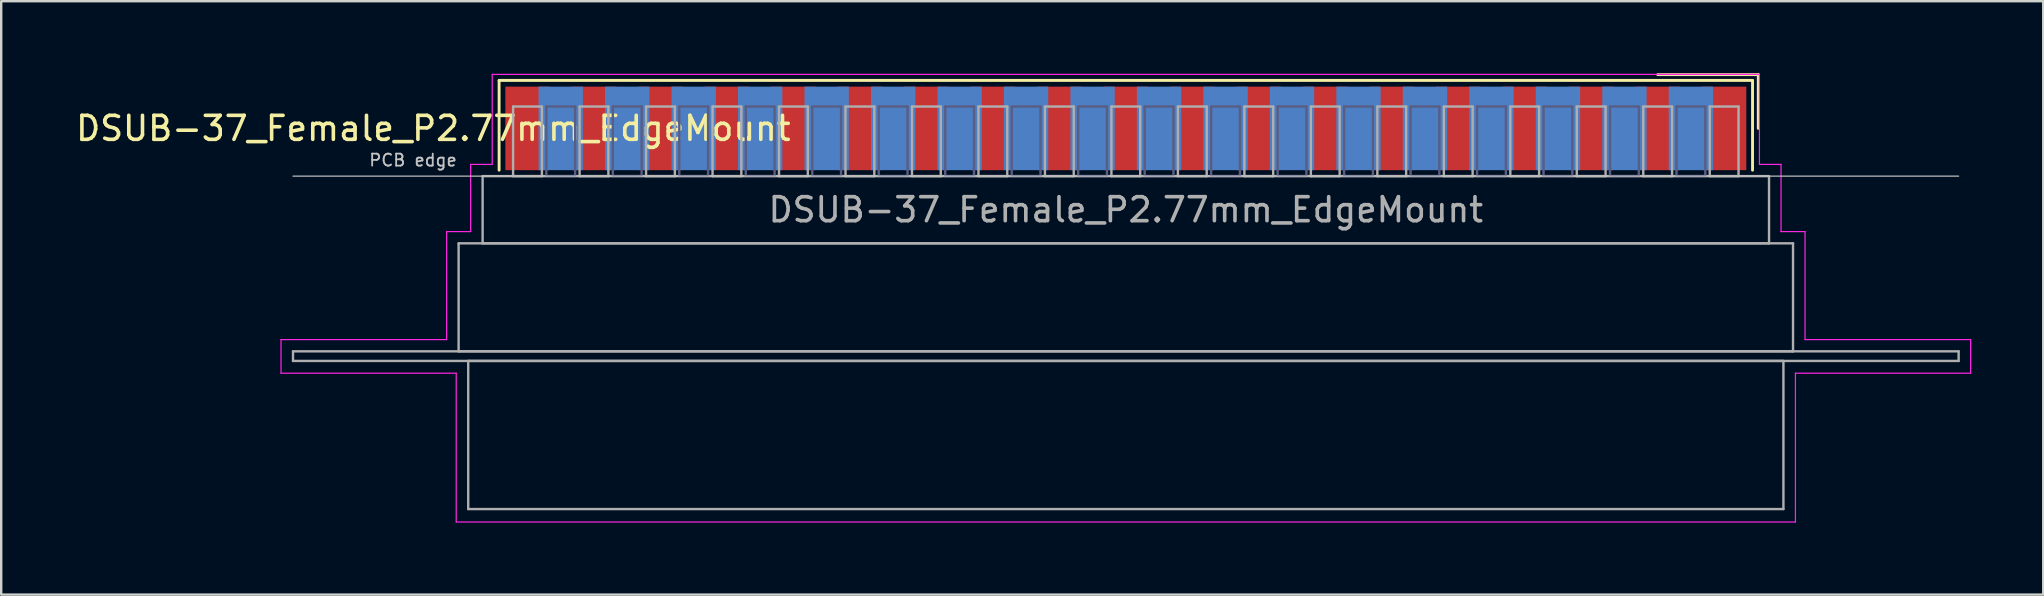
<source format=kicad_pcb>
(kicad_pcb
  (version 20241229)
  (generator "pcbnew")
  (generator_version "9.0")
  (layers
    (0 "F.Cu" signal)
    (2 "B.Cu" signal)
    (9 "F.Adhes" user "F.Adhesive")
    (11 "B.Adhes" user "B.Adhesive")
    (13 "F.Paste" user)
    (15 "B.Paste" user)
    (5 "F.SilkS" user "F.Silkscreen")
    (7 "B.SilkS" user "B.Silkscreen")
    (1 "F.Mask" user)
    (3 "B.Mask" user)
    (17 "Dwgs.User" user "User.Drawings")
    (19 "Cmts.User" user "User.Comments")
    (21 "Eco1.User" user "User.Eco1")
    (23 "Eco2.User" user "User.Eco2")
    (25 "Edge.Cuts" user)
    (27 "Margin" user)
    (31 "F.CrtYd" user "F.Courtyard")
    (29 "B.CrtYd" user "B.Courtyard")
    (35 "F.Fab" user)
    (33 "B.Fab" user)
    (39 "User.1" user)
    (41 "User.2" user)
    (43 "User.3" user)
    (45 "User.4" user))
  (footprint "DSUB-37_Female_P2.77mm_EdgeMount"
    (layer "F.Cu")
    (at 43.859 2.3)
    (property "Reference" "DSUB-37_Female_P2.77mm_EdgeMount" (at -28.853 0 0) (layer "F.SilkS") (effects (font (size 1 1) (thickness 0.15))))
    (attr smd)
    (fp_line (start -26.113 -2) (end -26.113 1.74) (stroke (width 0.12) (type solid)) (layer "F.SilkS"))
    (fp_line (start 26.113 -2) (end -26.113 -2) (stroke (width 0.12) (type solid)) (layer "F.SilkS"))
    (fp_line (start 26.113 1.74) (end 26.113 -2) (stroke (width 0.12) (type solid)) (layer "F.SilkS"))
    (fp_line (start 26.353 -2.24) (end 22.16 -2.24) (stroke (width 0.12) (type solid)) (layer "F.SilkS"))
    (fp_line (start 26.353 0) (end 26.353 -2.24) (stroke (width 0.12) (type solid)) (layer "F.SilkS"))
    (fp_line (start -34.7 1.99) (end 34.7 1.99) (stroke (width 0.05) (type solid)) (layer "Dwgs.User"))
    (fp_line (start -35.2 8.8) (end -28.3 8.8) (stroke (width 0.05) (type solid)) (layer "F.CrtYd"))
    (fp_line (start -35.2 10.2) (end -35.2 8.8) (stroke (width 0.05) (type solid)) (layer "F.CrtYd"))
    (fp_line (start -28.3 4.3) (end -27.3 4.3) (stroke (width 0.05) (type solid)) (layer "F.CrtYd"))
    (fp_line (start -28.3 8.8) (end -28.3 4.3) (stroke (width 0.05) (type solid)) (layer "F.CrtYd"))
    (fp_line (start -27.9 10.2) (end -35.2 10.2) (stroke (width 0.05) (type solid)) (layer "F.CrtYd"))
    (fp_line (start -27.9 16.4) (end -27.9 10.2) (stroke (width 0.05) (type solid)) (layer "F.CrtYd"))
    (fp_line (start -27.3 1.5) (end -26.4 1.5) (stroke (width 0.05) (type solid)) (layer "F.CrtYd"))
    (fp_line (start -27.3 4.3) (end -27.3 1.5) (stroke (width 0.05) (type solid)) (layer "F.CrtYd"))
    (fp_line (start -26.4 -2.25) (end 26.4 -2.25) (stroke (width 0.05) (type solid)) (layer "F.CrtYd"))
    (fp_line (start -26.4 1.5) (end -26.4 -2.25) (stroke (width 0.05) (type solid)) (layer "F.CrtYd"))
    (fp_line (start 26.4 -2.25) (end 26.4 1.5) (stroke (width 0.05) (type solid)) (layer "F.CrtYd"))
    (fp_line (start 26.4 1.5) (end 27.3 1.5) (stroke (width 0.05) (type solid)) (layer "F.CrtYd"))
    (fp_line (start 27.3 1.5) (end 27.3 4.3) (stroke (width 0.05) (type solid)) (layer "F.CrtYd"))
    (fp_line (start 27.3 4.3) (end 28.3 4.3) (stroke (width 0.05) (type solid)) (layer "F.CrtYd"))
    (fp_line (start 27.9 10.2) (end 27.9 16.4) (stroke (width 0.05) (type solid)) (layer "F.CrtYd"))
    (fp_line (start 27.9 16.4) (end -27.9 16.4) (stroke (width 0.05) (type solid)) (layer "F.CrtYd"))
    (fp_line (start 28.3 4.3) (end 28.3 8.8) (stroke (width 0.05) (type solid)) (layer "F.CrtYd"))
    (fp_line (start 28.3 8.8) (end 35.2 8.8) (stroke (width 0.05) (type solid)) (layer "F.CrtYd"))
    (fp_line (start 35.2 8.8) (end 35.2 10.2) (stroke (width 0.05) (type solid)) (layer "F.CrtYd"))
    (fp_line (start 35.2 10.2) (end 27.9 10.2) (stroke (width 0.05) (type solid)) (layer "F.CrtYd"))
    (fp_line (start -24.145 -0.91) (end -24.145 1.99) (stroke (width 0.1) (type solid)) (layer "B.Fab"))
    (fp_line (start -24.145 1.99) (end -22.945 1.99) (stroke (width 0.1) (type solid)) (layer "B.Fab"))
    (fp_line (start -22.945 -0.91) (end -24.145 -0.91) (stroke (width 0.1) (type solid)) (layer "B.Fab"))
    (fp_line (start -22.945 1.99) (end -22.945 -0.91) (stroke (width 0.1) (type solid)) (layer "B.Fab"))
    (fp_line (start -21.375 -0.91) (end -21.375 1.99) (stroke (width 0.1) (type solid)) (layer "B.Fab"))
    (fp_line (start -21.375 1.99) (end -20.175 1.99) (stroke (width 0.1) (type solid)) (layer "B.Fab"))
    (fp_line (start -20.175 -0.91) (end -21.375 -0.91) (stroke (width 0.1) (type solid)) (layer "B.Fab"))
    (fp_line (start -20.175 1.99) (end -20.175 -0.91) (stroke (width 0.1) (type solid)) (layer "B.Fab"))
    (fp_line (start -18.605 -0.91) (end -18.605 1.99) (stroke (width 0.1) (type solid)) (layer "B.Fab"))
    (fp_line (start -18.605 1.99) (end -17.405 1.99) (stroke (width 0.1) (type solid)) (layer "B.Fab"))
    (fp_line (start -17.405 -0.91) (end -18.605 -0.91) (stroke (width 0.1) (type solid)) (layer "B.Fab"))
    (fp_line (start -17.405 1.99) (end -17.405 -0.91) (stroke (width 0.1) (type solid)) (layer "B.Fab"))
    (fp_line (start -15.835 -0.91) (end -15.835 1.99) (stroke (width 0.1) (type solid)) (layer "B.Fab"))
    (fp_line (start -15.835 1.99) (end -14.635 1.99) (stroke (width 0.1) (type solid)) (layer "B.Fab"))
    (fp_line (start -14.635 -0.91) (end -15.835 -0.91) (stroke (width 0.1) (type solid)) (layer "B.Fab"))
    (fp_line (start -14.635 1.99) (end -14.635 -0.91) (stroke (width 0.1) (type solid)) (layer "B.Fab"))
    (fp_line (start -13.065 -0.91) (end -13.065 1.99) (stroke (width 0.1) (type solid)) (layer "B.Fab"))
    (fp_line (start -13.065 1.99) (end -11.865 1.99) (stroke (width 0.1) (type solid)) (layer "B.Fab"))
    (fp_line (start -11.865 -0.91) (end -13.065 -0.91) (stroke (width 0.1) (type solid)) (layer "B.Fab"))
    (fp_line (start -11.865 1.99) (end -11.865 -0.91) (stroke (width 0.1) (type solid)) (layer "B.Fab"))
    (fp_line (start -10.295 -0.91) (end -10.295 1.99) (stroke (width 0.1) (type solid)) (layer "B.Fab"))
    (fp_line (start -10.295 1.99) (end -9.095 1.99) (stroke (width 0.1) (type solid)) (layer "B.Fab"))
    (fp_line (start -9.095 -0.91) (end -10.295 -0.91) (stroke (width 0.1) (type solid)) (layer "B.Fab"))
    (fp_line (start -9.095 1.99) (end -9.095 -0.91) (stroke (width 0.1) (type solid)) (layer "B.Fab"))
    (fp_line (start -7.525 -0.91) (end -7.525 1.99) (stroke (width 0.1) (type solid)) (layer "B.Fab"))
    (fp_line (start -7.525 1.99) (end -6.325 1.99) (stroke (width 0.1) (type solid)) (layer "B.Fab"))
    (fp_line (start -6.325 -0.91) (end -7.525 -0.91) (stroke (width 0.1) (type solid)) (layer "B.Fab"))
    (fp_line (start -6.325 1.99) (end -6.325 -0.91) (stroke (width 0.1) (type solid)) (layer "B.Fab"))
    (fp_line (start -4.755 -0.91) (end -4.755 1.99) (stroke (width 0.1) (type solid)) (layer "B.Fab"))
    (fp_line (start -4.755 1.99) (end -3.555 1.99) (stroke (width 0.1) (type solid)) (layer "B.Fab"))
    (fp_line (start -3.555 -0.91) (end -4.755 -0.91) (stroke (width 0.1) (type solid)) (layer "B.Fab"))
    (fp_line (start -3.555 1.99) (end -3.555 -0.91) (stroke (width 0.1) (type solid)) (layer "B.Fab"))
    (fp_line (start -1.985 -0.91) (end -1.985 1.99) (stroke (width 0.1) (type solid)) (layer "B.Fab"))
    (fp_line (start -1.985 1.99) (end -0.785 1.99) (stroke (width 0.1) (type solid)) (layer "B.Fab"))
    (fp_line (start -0.785 -0.91) (end -1.985 -0.91) (stroke (width 0.1) (type solid)) (layer "B.Fab"))
    (fp_line (start -0.785 1.99) (end -0.785 -0.91) (stroke (width 0.1) (type solid)) (layer "B.Fab"))
    (fp_line (start 0.785 -0.91) (end 0.785 1.99) (stroke (width 0.1) (type solid)) (layer "B.Fab"))
    (fp_line (start 0.785 1.99) (end 1.985 1.99) (stroke (width 0.1) (type solid)) (layer "B.Fab"))
    (fp_line (start 1.985 -0.91) (end 0.785 -0.91) (stroke (width 0.1) (type solid)) (layer "B.Fab"))
    (fp_line (start 1.985 1.99) (end 1.985 -0.91) (stroke (width 0.1) (type solid)) (layer "B.Fab"))
    (fp_line (start 3.555 -0.91) (end 3.555 1.99) (stroke (width 0.1) (type solid)) (layer "B.Fab"))
    (fp_line (start 3.555 1.99) (end 4.755 1.99) (stroke (width 0.1) (type solid)) (layer "B.Fab"))
    (fp_line (start 4.755 -0.91) (end 3.555 -0.91) (stroke (width 0.1) (type solid)) (layer "B.Fab"))
    (fp_line (start 4.755 1.99) (end 4.755 -0.91) (stroke (width 0.1) (type solid)) (layer "B.Fab"))
    (fp_line (start 6.325 -0.91) (end 6.325 1.99) (stroke (width 0.1) (type solid)) (layer "B.Fab"))
    (fp_line (start 6.325 1.99) (end 7.525 1.99) (stroke (width 0.1) (type solid)) (layer "B.Fab"))
    (fp_line (start 7.525 -0.91) (end 6.325 -0.91) (stroke (width 0.1) (type solid)) (layer "B.Fab"))
    (fp_line (start 7.525 1.99) (end 7.525 -0.91) (stroke (width 0.1) (type solid)) (layer "B.Fab"))
    (fp_line (start 9.095 -0.91) (end 9.095 1.99) (stroke (width 0.1) (type solid)) (layer "B.Fab"))
    (fp_line (start 9.095 1.99) (end 10.295 1.99) (stroke (width 0.1) (type solid)) (layer "B.Fab"))
    (fp_line (start 10.295 -0.91) (end 9.095 -0.91) (stroke (width 0.1) (type solid)) (layer "B.Fab"))
    (fp_line (start 10.295 1.99) (end 10.295 -0.91) (stroke (width 0.1) (type solid)) (layer "B.Fab"))
    (fp_line (start 11.865 -0.91) (end 11.865 1.99) (stroke (width 0.1) (type solid)) (layer "B.Fab"))
    (fp_line (start 11.865 1.99) (end 13.065 1.99) (stroke (width 0.1) (type solid)) (layer "B.Fab"))
    (fp_line (start 13.065 -0.91) (end 11.865 -0.91) (stroke (width 0.1) (type solid)) (layer "B.Fab"))
    (fp_line (start 13.065 1.99) (end 13.065 -0.91) (stroke (width 0.1) (type solid)) (layer "B.Fab"))
    (fp_line (start 14.635 -0.91) (end 14.635 1.99) (stroke (width 0.1) (type solid)) (layer "B.Fab"))
    (fp_line (start 14.635 1.99) (end 15.835 1.99) (stroke (width 0.1) (type solid)) (layer "B.Fab"))
    (fp_line (start 15.835 -0.91) (end 14.635 -0.91) (stroke (width 0.1) (type solid)) (layer "B.Fab"))
    (fp_line (start 15.835 1.99) (end 15.835 -0.91) (stroke (width 0.1) (type solid)) (layer "B.Fab"))
    (fp_line (start 17.405 -0.91) (end 17.405 1.99) (stroke (width 0.1) (type solid)) (layer "B.Fab"))
    (fp_line (start 17.405 1.99) (end 18.605 1.99) (stroke (width 0.1) (type solid)) (layer "B.Fab"))
    (fp_line (start 18.605 -0.91) (end 17.405 -0.91) (stroke (width 0.1) (type solid)) (layer "B.Fab"))
    (fp_line (start 18.605 1.99) (end 18.605 -0.91) (stroke (width 0.1) (type solid)) (layer "B.Fab"))
    (fp_line (start 20.175 -0.91) (end 20.175 1.99) (stroke (width 0.1) (type solid)) (layer "B.Fab"))
    (fp_line (start 20.175 1.99) (end 21.375 1.99) (stroke (width 0.1) (type solid)) (layer "B.Fab"))
    (fp_line (start 21.375 -0.91) (end 20.175 -0.91) (stroke (width 0.1) (type solid)) (layer "B.Fab"))
    (fp_line (start 21.375 1.99) (end 21.375 -0.91) (stroke (width 0.1) (type solid)) (layer "B.Fab"))
    (fp_line (start 22.945 -0.91) (end 22.945 1.99) (stroke (width 0.1) (type solid)) (layer "B.Fab"))
    (fp_line (start 22.945 1.99) (end 24.145 1.99) (stroke (width 0.1) (type solid)) (layer "B.Fab"))
    (fp_line (start 24.145 -0.91) (end 22.945 -0.91) (stroke (width 0.1) (type solid)) (layer "B.Fab"))
    (fp_line (start 24.145 1.99) (end 24.145 -0.91) (stroke (width 0.1) (type solid)) (layer "B.Fab"))
    (fp_line (start -34.7 9.29) (end -34.7 9.69) (stroke (width 0.1) (type solid)) (layer "F.Fab"))
    (fp_line (start -34.7 9.69) (end 34.7 9.69) (stroke (width 0.1) (type solid)) (layer "F.Fab"))
    (fp_line (start -27.8 4.79) (end -27.8 9.29) (stroke (width 0.1) (type solid)) (layer "F.Fab"))
    (fp_line (start -27.8 9.29) (end 27.8 9.29) (stroke (width 0.1) (type solid)) (layer "F.Fab"))
    (fp_line (start -27.4 9.69) (end -27.4 15.86) (stroke (width 0.1) (type solid)) (layer "F.Fab"))
    (fp_line (start -27.4 15.86) (end 27.4 15.86) (stroke (width 0.1) (type solid)) (layer "F.Fab"))
    (fp_line (start -26.8 1.99) (end -26.8 4.79) (stroke (width 0.1) (type solid)) (layer "F.Fab"))
    (fp_line (start -26.8 4.79) (end 26.8 4.79) (stroke (width 0.1) (type solid)) (layer "F.Fab"))
    (fp_line (start -25.53 -0.91) (end -25.53 1.99) (stroke (width 0.1) (type solid)) (layer "F.Fab"))
    (fp_line (start -25.53 1.99) (end -24.33 1.99) (stroke (width 0.1) (type solid)) (layer "F.Fab"))
    (fp_line (start -24.33 -0.91) (end -25.53 -0.91) (stroke (width 0.1) (type solid)) (layer "F.Fab"))
    (fp_line (start -24.33 1.99) (end -24.33 -0.91) (stroke (width 0.1) (type solid)) (layer "F.Fab"))
    (fp_line (start -22.76 -0.91) (end -22.76 1.99) (stroke (width 0.1) (type solid)) (layer "F.Fab"))
    (fp_line (start -22.76 1.99) (end -21.56 1.99) (stroke (width 0.1) (type solid)) (layer "F.Fab"))
    (fp_line (start -21.56 -0.91) (end -22.76 -0.91) (stroke (width 0.1) (type solid)) (layer "F.Fab"))
    (fp_line (start -21.56 1.99) (end -21.56 -0.91) (stroke (width 0.1) (type solid)) (layer "F.Fab"))
    (fp_line (start -19.99 -0.91) (end -19.99 1.99) (stroke (width 0.1) (type solid)) (layer "F.Fab"))
    (fp_line (start -19.99 1.99) (end -18.79 1.99) (stroke (width 0.1) (type solid)) (layer "F.Fab"))
    (fp_line (start -18.79 -0.91) (end -19.99 -0.91) (stroke (width 0.1) (type solid)) (layer "F.Fab"))
    (fp_line (start -18.79 1.99) (end -18.79 -0.91) (stroke (width 0.1) (type solid)) (layer "F.Fab"))
    (fp_line (start -17.22 -0.91) (end -17.22 1.99) (stroke (width 0.1) (type solid)) (layer "F.Fab"))
    (fp_line (start -17.22 1.99) (end -16.02 1.99) (stroke (width 0.1) (type solid)) (layer "F.Fab"))
    (fp_line (start -16.02 -0.91) (end -17.22 -0.91) (stroke (width 0.1) (type solid)) (layer "F.Fab"))
    (fp_line (start -16.02 1.99) (end -16.02 -0.91) (stroke (width 0.1) (type solid)) (layer "F.Fab"))
    (fp_line (start -14.45 -0.91) (end -14.45 1.99) (stroke (width 0.1) (type solid)) (layer "F.Fab"))
    (fp_line (start -14.45 1.99) (end -13.25 1.99) (stroke (width 0.1) (type solid)) (layer "F.Fab"))
    (fp_line (start -13.25 -0.91) (end -14.45 -0.91) (stroke (width 0.1) (type solid)) (layer "F.Fab"))
    (fp_line (start -13.25 1.99) (end -13.25 -0.91) (stroke (width 0.1) (type solid)) (layer "F.Fab"))
    (fp_line (start -11.68 -0.91) (end -11.68 1.99) (stroke (width 0.1) (type solid)) (layer "F.Fab"))
    (fp_line (start -11.68 1.99) (end -10.48 1.99) (stroke (width 0.1) (type solid)) (layer "F.Fab"))
    (fp_line (start -10.48 -0.91) (end -11.68 -0.91) (stroke (width 0.1) (type solid)) (layer "F.Fab"))
    (fp_line (start -10.48 1.99) (end -10.48 -0.91) (stroke (width 0.1) (type solid)) (layer "F.Fab"))
    (fp_line (start -8.91 -0.91) (end -8.91 1.99) (stroke (width 0.1) (type solid)) (layer "F.Fab"))
    (fp_line (start -8.91 1.99) (end -7.71 1.99) (stroke (width 0.1) (type solid)) (layer "F.Fab"))
    (fp_line (start -7.71 -0.91) (end -8.91 -0.91) (stroke (width 0.1) (type solid)) (layer "F.Fab"))
    (fp_line (start -7.71 1.99) (end -7.71 -0.91) (stroke (width 0.1) (type solid)) (layer "F.Fab"))
    (fp_line (start -6.14 -0.91) (end -6.14 1.99) (stroke (width 0.1) (type solid)) (layer "F.Fab"))
    (fp_line (start -6.14 1.99) (end -4.94 1.99) (stroke (width 0.1) (type solid)) (layer "F.Fab"))
    (fp_line (start -4.94 -0.91) (end -6.14 -0.91) (stroke (width 0.1) (type solid)) (layer "F.Fab"))
    (fp_line (start -4.94 1.99) (end -4.94 -0.91) (stroke (width 0.1) (type solid)) (layer "F.Fab"))
    (fp_line (start -3.37 -0.91) (end -3.37 1.99) (stroke (width 0.1) (type solid)) (layer "F.Fab"))
    (fp_line (start -3.37 1.99) (end -2.17 1.99) (stroke (width 0.1) (type solid)) (layer "F.Fab"))
    (fp_line (start -2.17 -0.91) (end -3.37 -0.91) (stroke (width 0.1) (type solid)) (layer "F.Fab"))
    (fp_line (start -2.17 1.99) (end -2.17 -0.91) (stroke (width 0.1) (type solid)) (layer "F.Fab"))
    (fp_line (start -0.6 -0.91) (end -0.6 1.99) (stroke (width 0.1) (type solid)) (layer "F.Fab"))
    (fp_line (start -0.6 1.99) (end 0.6 1.99) (stroke (width 0.1) (type solid)) (layer "F.Fab"))
    (fp_line (start 0.6 -0.91) (end -0.6 -0.91) (stroke (width 0.1) (type solid)) (layer "F.Fab"))
    (fp_line (start 0.6 1.99) (end 0.6 -0.91) (stroke (width 0.1) (type solid)) (layer "F.Fab"))
    (fp_line (start 2.17 -0.91) (end 2.17 1.99) (stroke (width 0.1) (type solid)) (layer "F.Fab"))
    (fp_line (start 2.17 1.99) (end 3.37 1.99) (stroke (width 0.1) (type solid)) (layer "F.Fab"))
    (fp_line (start 3.37 -0.91) (end 2.17 -0.91) (stroke (width 0.1) (type solid)) (layer "F.Fab"))
    (fp_line (start 3.37 1.99) (end 3.37 -0.91) (stroke (width 0.1) (type solid)) (layer "F.Fab"))
    (fp_line (start 4.94 -0.91) (end 4.94 1.99) (stroke (width 0.1) (type solid)) (layer "F.Fab"))
    (fp_line (start 4.94 1.99) (end 6.14 1.99) (stroke (width 0.1) (type solid)) (layer "F.Fab"))
    (fp_line (start 6.14 -0.91) (end 4.94 -0.91) (stroke (width 0.1) (type solid)) (layer "F.Fab"))
    (fp_line (start 6.14 1.99) (end 6.14 -0.91) (stroke (width 0.1) (type solid)) (layer "F.Fab"))
    (fp_line (start 7.71 -0.91) (end 7.71 1.99) (stroke (width 0.1) (type solid)) (layer "F.Fab"))
    (fp_line (start 7.71 1.99) (end 8.91 1.99) (stroke (width 0.1) (type solid)) (layer "F.Fab"))
    (fp_line (start 8.91 -0.91) (end 7.71 -0.91) (stroke (width 0.1) (type solid)) (layer "F.Fab"))
    (fp_line (start 8.91 1.99) (end 8.91 -0.91) (stroke (width 0.1) (type solid)) (layer "F.Fab"))
    (fp_line (start 10.48 -0.91) (end 10.48 1.99) (stroke (width 0.1) (type solid)) (layer "F.Fab"))
    (fp_line (start 10.48 1.99) (end 11.68 1.99) (stroke (width 0.1) (type solid)) (layer "F.Fab"))
    (fp_line (start 11.68 -0.91) (end 10.48 -0.91) (stroke (width 0.1) (type solid)) (layer "F.Fab"))
    (fp_line (start 11.68 1.99) (end 11.68 -0.91) (stroke (width 0.1) (type solid)) (layer "F.Fab"))
    (fp_line (start 13.25 -0.91) (end 13.25 1.99) (stroke (width 0.1) (type solid)) (layer "F.Fab"))
    (fp_line (start 13.25 1.99) (end 14.45 1.99) (stroke (width 0.1) (type solid)) (layer "F.Fab"))
    (fp_line (start 14.45 -0.91) (end 13.25 -0.91) (stroke (width 0.1) (type solid)) (layer "F.Fab"))
    (fp_line (start 14.45 1.99) (end 14.45 -0.91) (stroke (width 0.1) (type solid)) (layer "F.Fab"))
    (fp_line (start 16.02 -0.91) (end 16.02 1.99) (stroke (width 0.1) (type solid)) (layer "F.Fab"))
    (fp_line (start 16.02 1.99) (end 17.22 1.99) (stroke (width 0.1) (type solid)) (layer "F.Fab"))
    (fp_line (start 17.22 -0.91) (end 16.02 -0.91) (stroke (width 0.1) (type solid)) (layer "F.Fab"))
    (fp_line (start 17.22 1.99) (end 17.22 -0.91) (stroke (width 0.1) (type solid)) (layer "F.Fab"))
    (fp_line (start 18.79 -0.91) (end 18.79 1.99) (stroke (width 0.1) (type solid)) (layer "F.Fab"))
    (fp_line (start 18.79 1.99) (end 19.99 1.99) (stroke (width 0.1) (type solid)) (layer "F.Fab"))
    (fp_line (start 19.99 -0.91) (end 18.79 -0.91) (stroke (width 0.1) (type solid)) (layer "F.Fab"))
    (fp_line (start 19.99 1.99) (end 19.99 -0.91) (stroke (width 0.1) (type solid)) (layer "F.Fab"))
    (fp_line (start 21.56 -0.91) (end 21.56 1.99) (stroke (width 0.1) (type solid)) (layer "F.Fab"))
    (fp_line (start 21.56 1.99) (end 22.76 1.99) (stroke (width 0.1) (type solid)) (layer "F.Fab"))
    (fp_line (start 22.76 -0.91) (end 21.56 -0.91) (stroke (width 0.1) (type solid)) (layer "F.Fab"))
    (fp_line (start 22.76 1.99) (end 22.76 -0.91) (stroke (width 0.1) (type solid)) (layer "F.Fab"))
    (fp_line (start 24.33 -0.91) (end 24.33 1.99) (stroke (width 0.1) (type solid)) (layer "F.Fab"))
    (fp_line (start 24.33 1.99) (end 25.53 1.99) (stroke (width 0.1) (type solid)) (layer "F.Fab"))
    (fp_line (start 25.53 -0.91) (end 24.33 -0.91) (stroke (width 0.1) (type solid)) (layer "F.Fab"))
    (fp_line (start 25.53 1.99) (end 25.53 -0.91) (stroke (width 0.1) (type solid)) (layer "F.Fab"))
    (fp_line (start 26.8 1.99) (end -26.8 1.99) (stroke (width 0.1) (type solid)) (layer "F.Fab"))
    (fp_line (start 26.8 4.79) (end 26.8 1.99) (stroke (width 0.1) (type solid)) (layer "F.Fab"))
    (fp_line (start 27.4 9.69) (end -27.4 9.69) (stroke (width 0.1) (type solid)) (layer "F.Fab"))
    (fp_line (start 27.4 15.86) (end 27.4 9.69) (stroke (width 0.1) (type solid)) (layer "F.Fab"))
    (fp_line (start 27.8 4.79) (end -27.8 4.79) (stroke (width 0.1) (type solid)) (layer "F.Fab"))
    (fp_line (start 27.8 9.29) (end 27.8 4.79) (stroke (width 0.1) (type solid)) (layer "F.Fab"))
    (fp_line (start 34.7 9.29) (end -34.7 9.29) (stroke (width 0.1) (type solid)) (layer "F.Fab"))
    (fp_line (start 34.7 9.69) (end 34.7 9.29) (stroke (width 0.1) (type solid)) (layer "F.Fab"))
    (fp_text user "PCB edge" (at -29.7 1.323 0) (layer "Dwgs.User") (effects (font (size 0.5 0.5) (thickness 0.075))))
    (fp_text user "${REFERENCE}" (at 0 3.39 0) (layer "F.Fab") (effects (font (size 1 1) (thickness 0.15))))
    (pad "1" smd rect (at 24.93 0) (size 1.847 3.48) (layers "F.Cu" "F.Mask" "F.Paste"))
    (pad "2" smd rect (at 22.16 0) (size 1.847 3.48) (layers "F.Cu" "F.Mask" "F.Paste"))
    (pad "3" smd rect (at 19.39 0) (size 1.847 3.48) (layers "F.Cu" "F.Mask" "F.Paste"))
    (pad "4" smd rect (at 16.62 0) (size 1.847 3.48) (layers "F.Cu" "F.Mask" "F.Paste"))
    (pad "5" smd rect (at 13.85 0) (size 1.847 3.48) (layers "F.Cu" "F.Mask" "F.Paste"))
    (pad "6" smd rect (at 11.08 0) (size 1.847 3.48) (layers "F.Cu" "F.Mask" "F.Paste"))
    (pad "7" smd rect (at 8.31 0) (size 1.847 3.48) (layers "F.Cu" "F.Mask" "F.Paste"))
    (pad "8" smd rect (at 5.54 0) (size 1.847 3.48) (layers "F.Cu" "F.Mask" "F.Paste"))
    (pad "9" smd rect (at 2.77 0) (size 1.847 3.48) (layers "F.Cu" "F.Mask" "F.Paste"))
    (pad "10" smd rect (at 0 0) (size 1.847 3.48) (layers "F.Cu" "F.Mask" "F.Paste"))
    (pad "11" smd rect (at -2.77 0) (size 1.847 3.48) (layers "F.Cu" "F.Mask" "F.Paste"))
    (pad "12" smd rect (at -5.54 0) (size 1.847 3.48) (layers "F.Cu" "F.Mask" "F.Paste"))
    (pad "13" smd rect (at -8.31 0) (size 1.847 3.48) (layers "F.Cu" "F.Mask" "F.Paste"))
    (pad "14" smd rect (at -11.08 0) (size 1.847 3.48) (layers "F.Cu" "F.Mask" "F.Paste"))
    (pad "15" smd rect (at -13.85 0) (size 1.847 3.48) (layers "F.Cu" "F.Mask" "F.Paste"))
    (pad "16" smd rect (at -16.62 0) (size 1.847 3.48) (layers "F.Cu" "F.Mask" "F.Paste"))
    (pad "17" smd rect (at -19.39 0) (size 1.847 3.48) (layers "F.Cu" "F.Mask" "F.Paste"))
    (pad "18" smd rect (at -22.16 0) (size 1.847 3.48) (layers "F.Cu" "F.Mask" "F.Paste"))
    (pad "19" smd rect (at -24.93 0) (size 1.847 3.48) (layers "F.Cu" "F.Mask" "F.Paste"))
    (pad "20" smd rect (at 23.545 0) (size 1.847 3.48) (layers "B.Cu" "B.Mask" "B.Paste"))
    (pad "21" smd rect (at 20.775 0) (size 1.847 3.48) (layers "B.Cu" "B.Mask" "B.Paste"))
    (pad "22" smd rect (at 18.005 0) (size 1.847 3.48) (layers "B.Cu" "B.Mask" "B.Paste"))
    (pad "23" smd rect (at 15.235 0) (size 1.847 3.48) (layers "B.Cu" "B.Mask" "B.Paste"))
    (pad "24" smd rect (at 12.465 0) (size 1.847 3.48) (layers "B.Cu" "B.Mask" "B.Paste"))
    (pad "25" smd rect (at 9.695 0) (size 1.847 3.48) (layers "B.Cu" "B.Mask" "B.Paste"))
    (pad "26" smd rect (at 6.925 0) (size 1.847 3.48) (layers "B.Cu" "B.Mask" "B.Paste"))
    (pad "27" smd rect (at 4.155 0) (size 1.847 3.48) (layers "B.Cu" "B.Mask" "B.Paste"))
    (pad "28" smd rect (at 1.385 0) (size 1.847 3.48) (layers "B.Cu" "B.Mask" "B.Paste"))
    (pad "29" smd rect (at -1.385 0) (size 1.847 3.48) (layers "B.Cu" "B.Mask" "B.Paste"))
    (pad "30" smd rect (at -4.155 0) (size 1.847 3.48) (layers "B.Cu" "B.Mask" "B.Paste"))
    (pad "31" smd rect (at -6.925 0) (size 1.847 3.48) (layers "B.Cu" "B.Mask" "B.Paste"))
    (pad "32" smd rect (at -9.695 0) (size 1.847 3.48) (layers "B.Cu" "B.Mask" "B.Paste"))
    (pad "33" smd rect (at -12.465 0) (size 1.847 3.48) (layers "B.Cu" "B.Mask" "B.Paste"))
    (pad "34" smd rect (at -15.235 0) (size 1.847 3.48) (layers "B.Cu" "B.Mask" "B.Paste"))
    (pad "35" smd rect (at -18.005 0) (size 1.847 3.48) (layers "B.Cu" "B.Mask" "B.Paste"))
    (pad "36" smd rect (at -20.775 0) (size 1.847 3.48) (layers "B.Cu" "B.Mask" "B.Paste"))
    (pad "37" smd rect (at -23.545 0) (size 1.847 3.48) (layers "B.Cu" "B.Mask" "B.Paste")))
  (gr_rect
    (start -3 -3)
    (end 82.084 21.725)
    (stroke (width 0.1) (type default))
    (fill no)
    (layer "Edge.Cuts")))
</source>
